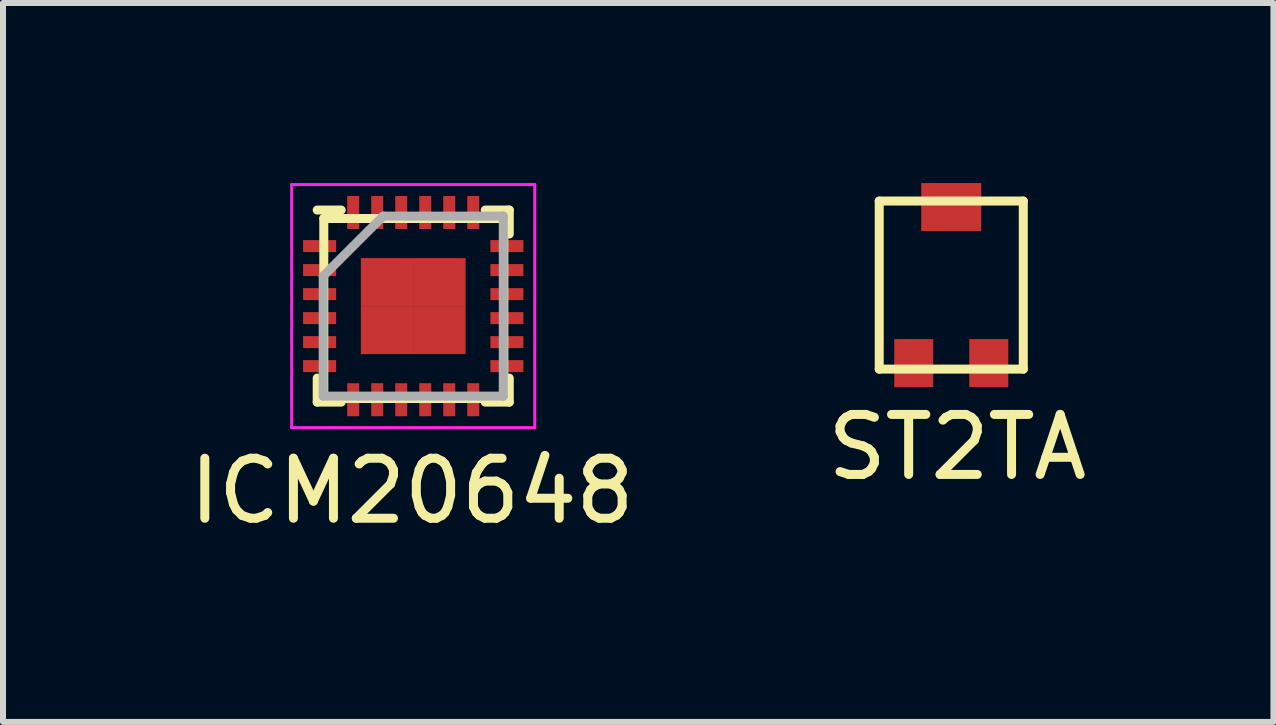
<source format=kicad_pcb>
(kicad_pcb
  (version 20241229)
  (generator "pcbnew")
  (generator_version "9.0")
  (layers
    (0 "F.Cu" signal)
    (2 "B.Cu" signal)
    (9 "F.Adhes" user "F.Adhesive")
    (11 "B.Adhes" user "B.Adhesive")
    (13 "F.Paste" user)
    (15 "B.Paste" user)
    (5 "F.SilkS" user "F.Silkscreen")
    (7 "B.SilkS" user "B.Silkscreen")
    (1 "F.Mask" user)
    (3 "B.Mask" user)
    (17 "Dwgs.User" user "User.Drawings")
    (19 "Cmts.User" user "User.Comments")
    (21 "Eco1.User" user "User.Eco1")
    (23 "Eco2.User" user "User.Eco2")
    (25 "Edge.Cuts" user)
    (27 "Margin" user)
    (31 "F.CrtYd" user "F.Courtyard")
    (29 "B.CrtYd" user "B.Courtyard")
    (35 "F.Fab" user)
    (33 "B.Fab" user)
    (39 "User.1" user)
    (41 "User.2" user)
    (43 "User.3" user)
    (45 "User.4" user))
  (footprint "ICM20648"
    (layer "F.Cu")
    (at 3.845 2.09)
    (property "Reference" "ICM20648" (at -0.03 3.04 0) (layer "F.SilkS") (effects (font (size 1 1) (thickness 0.15))))
    (attr through_hole)
    (fp_line (start -1.61 -1.64) (end -1.21 -1.64) (stroke (width 0.15) (type solid)) (layer "F.SilkS"))
    (fp_line (start -1.61 1.56) (end -1.61 1.16) (stroke (width 0.15) (type solid)) (layer "F.SilkS"))
    (fp_line (start -1.61 1.56) (end -1.21 1.56) (stroke (width 0.15) (type solid)) (layer "F.SilkS"))
    (fp_line (start -1.5 -1.5) (end 1.5 -1.5) (stroke (width 0.15) (type solid)) (layer "F.SilkS"))
    (fp_line (start -1.5 1.5) (end -1.5 -1.5) (stroke (width 0.15) (type solid)) (layer "F.SilkS"))
    (fp_line (start 1.5 -1.5) (end 1.5 1.5) (stroke (width 0.15) (type solid)) (layer "F.SilkS"))
    (fp_line (start 1.5 1.5) (end -1.5 1.5) (stroke (width 0.15) (type solid)) (layer "F.SilkS"))
    (fp_line (start 1.59 -1.64) (end 1.19 -1.64) (stroke (width 0.15) (type solid)) (layer "F.SilkS"))
    (fp_line (start 1.59 -1.64) (end 1.59 -1.24) (stroke (width 0.15) (type solid)) (layer "F.SilkS"))
    (fp_line (start 1.59 1.56) (end 1.19 1.56) (stroke (width 0.15) (type solid)) (layer "F.SilkS"))
    (fp_line (start 1.59 1.56) (end 1.59 1.16) (stroke (width 0.15) (type solid)) (layer "F.SilkS"))
    (fp_line (start -2.035 -2.065) (end 2.015 -2.065) (stroke (width 0.05) (type solid)) (layer "F.CrtYd"))
    (fp_line (start -2.035 1.985) (end -2.035 -2.065) (stroke (width 0.05) (type solid)) (layer "F.CrtYd"))
    (fp_line (start 2.015 -2.065) (end 2.015 1.985) (stroke (width 0.05) (type solid)) (layer "F.CrtYd"))
    (fp_line (start 2.015 1.985) (end -2.035 1.985) (stroke (width 0.05) (type solid)) (layer "F.CrtYd"))
    (fp_line (start -1.51 -0.54) (end -0.51 -1.54) (stroke (width 0.15) (type solid)) (layer "F.Fab"))
    (fp_line (start -1.51 1.46) (end -1.51 -0.54) (stroke (width 0.15) (type solid)) (layer "F.Fab"))
    (fp_line (start -0.51 -1.54) (end 1.49 -1.54) (stroke (width 0.15) (type solid)) (layer "F.Fab"))
    (fp_line (start 1.49 -1.54) (end 1.49 1.46) (stroke (width 0.15) (type solid)) (layer "F.Fab"))
    (fp_line (start 1.49 1.46) (end -1.51 1.46) (stroke (width 0.15) (type solid)) (layer "F.Fab"))
    (pad "1" smd rect (at -1.57 -1.04) (size 0.55 0.2) (layers "F.Cu" "F.Mask" "F.Paste"))
    (pad "2" smd rect (at -1.57 -0.64) (size 0.55 0.2) (layers "F.Cu" "F.Mask" "F.Paste"))
    (pad "3" smd rect (at -1.57 -0.24) (size 0.55 0.2) (layers "F.Cu" "F.Mask" "F.Paste"))
    (pad "4" smd rect (at -1.57 0.16) (size 0.55 0.2) (layers "F.Cu" "F.Mask" "F.Paste"))
    (pad "5" smd rect (at -1.57 0.56) (size 0.55 0.2) (layers "F.Cu" "F.Mask" "F.Paste"))
    (pad "6" smd rect (at -1.57 0.96) (size 0.55 0.2) (layers "F.Cu" "F.Mask" "F.Paste"))
    (pad "7" smd rect (at -1.01 1.52 90) (size 0.55 0.2) (layers "F.Cu" "F.Mask" "F.Paste"))
    (pad "8" smd rect (at -0.61 1.52 90) (size 0.55 0.2) (layers "F.Cu" "F.Mask" "F.Paste"))
    (pad "9" smd rect (at -0.21 1.52 90) (size 0.55 0.2) (layers "F.Cu" "F.Mask" "F.Paste"))
    (pad "10" smd rect (at 0.19 1.52 90) (size 0.55 0.2) (layers "F.Cu" "F.Mask" "F.Paste"))
    (pad "11" smd rect (at 0.59 1.52 90) (size 0.55 0.2) (layers "F.Cu" "F.Mask" "F.Paste"))
    (pad "12" smd rect (at 0.99 1.52 90) (size 0.55 0.2) (layers "F.Cu" "F.Mask" "F.Paste"))
    (pad "13" smd rect (at 1.55 0.96) (size 0.55 0.2) (layers "F.Cu" "F.Mask" "F.Paste"))
    (pad "14" smd rect (at 1.55 0.56) (size 0.55 0.2) (layers "F.Cu" "F.Mask" "F.Paste"))
    (pad "15" smd rect (at 1.55 0.16) (size 0.55 0.2) (layers "F.Cu" "F.Mask" "F.Paste"))
    (pad "16" smd rect (at 1.55 -0.24) (size 0.55 0.2) (layers "F.Cu" "F.Mask" "F.Paste"))
    (pad "17" smd rect (at 1.55 -0.64) (size 0.55 0.2) (layers "F.Cu" "F.Mask" "F.Paste"))
    (pad "18" smd rect (at 1.55 -1.04) (size 0.55 0.2) (layers "F.Cu" "F.Mask" "F.Paste"))
    (pad "19" smd rect (at 0.99 -1.6 90) (size 0.55 0.2) (layers "F.Cu" "F.Mask" "F.Paste"))
    (pad "20" smd rect (at 0.59 -1.6 90) (size 0.55 0.2) (layers "F.Cu" "F.Mask" "F.Paste"))
    (pad "21" smd rect (at 0.19 -1.6 90) (size 0.55 0.2) (layers "F.Cu" "F.Mask" "F.Paste"))
    (pad "22" smd rect (at -0.21 -1.6 90) (size 0.55 0.2) (layers "F.Cu" "F.Mask" "F.Paste"))
    (pad "23" smd rect (at -0.61 -1.6 90) (size 0.55 0.2) (layers "F.Cu" "F.Mask" "F.Paste"))
    (pad "24" smd rect (at -1.01 -1.6 90) (size 0.55 0.2) (layers "F.Cu" "F.Mask" "F.Paste"))
    (pad "25" smd rect (at -0.445 -0.44) (size 0.875 0.8) (layers "F.Cu" "F.Mask" "F.Paste"))
    (pad "25" smd rect (at -0.445 0.36) (size 0.875 0.8) (layers "F.Cu" "F.Mask" "F.Paste"))
    (pad "25" smd rect (at 0.425 -0.44) (size 0.875 0.8) (layers "F.Cu" "F.Mask" "F.Paste"))
    (pad "25" smd rect (at 0.425 0.36) (size 0.875 0.8) (layers "F.Cu" "F.Mask" "F.Paste")))
  (footprint "ST2TA"
    (layer "F.Cu")
    (at 12.799 1.7)
    (property "Reference" "ST2TA" (at 0.1 2.7 0) (layer "F.SilkS") (effects (font (size 1 1) (thickness 0.15))))
    (attr through_hole)
    (fp_line (start -1.2 -1.4) (end 1.2 -1.4) (stroke (width 0.15) (type solid)) (layer "F.SilkS"))
    (fp_line (start -1.2 1.4) (end -1.2 -1.4) (stroke (width 0.15) (type solid)) (layer "F.SilkS"))
    (fp_line (start 1.2 -1.4) (end 1.2 1.4) (stroke (width 0.15) (type solid)) (layer "F.SilkS"))
    (fp_line (start 1.2 1.4) (end -1.2 1.4) (stroke (width 0.15) (type solid)) (layer "F.SilkS"))
    (pad "1" smd rect (at -0.625 1.3) (size 0.65 0.8) (layers "F.Cu" "F.Mask" "F.Paste"))
    (pad "2" smd rect (at 0 -1.3) (size 1 0.8) (layers "F.Cu" "F.Mask" "F.Paste"))
    (pad "3" smd rect (at 0.625 1.3) (size 0.65 0.8) (layers "F.Cu" "F.Mask" "F.Paste")))
  (gr_rect
    (start -3 -3)
    (end 18.167 8.978)
    (stroke (width 0.1) (type default))
    (fill no)
    (layer "Edge.Cuts")))
</source>
